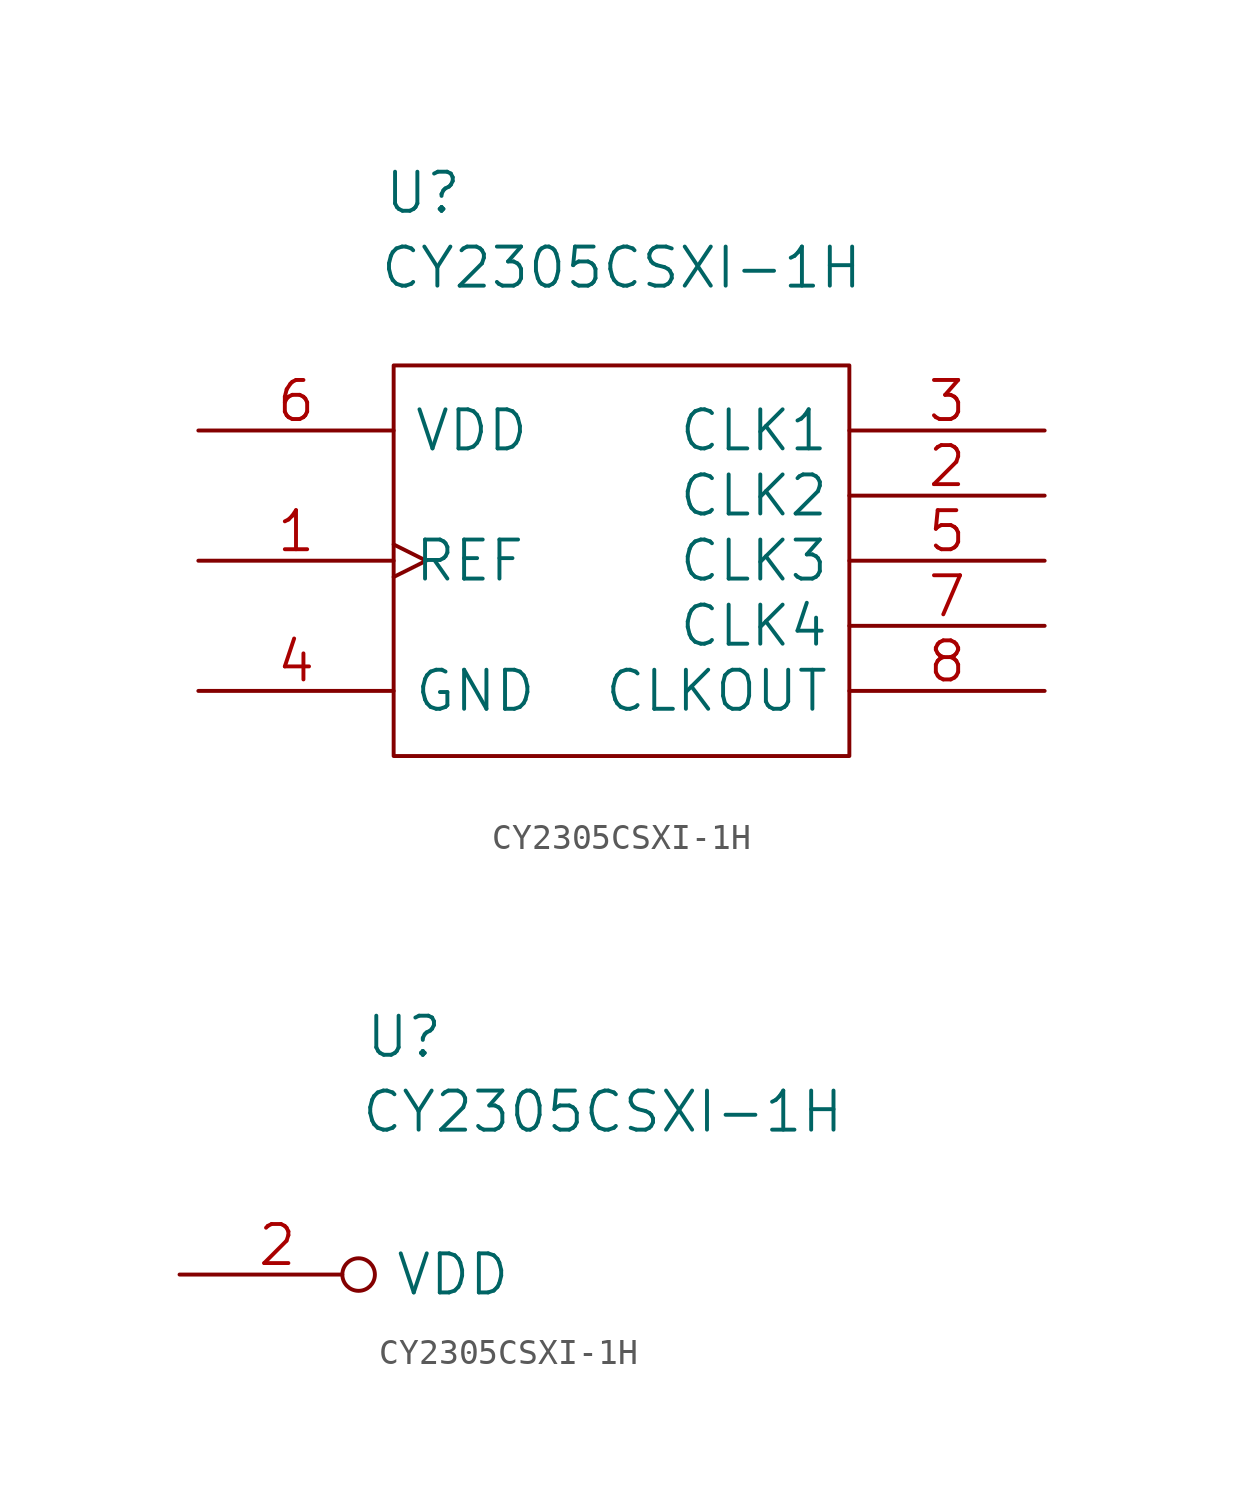
<source format=kicad_sym>
(kicad_symbol_lib
  (version 20211014)
  (generator kicad_symbol_editor)
  (symbol "CY2305CSXI-1H"
    (pin_names
      (offset 0.762))
    (property "Reference" "U"
      (at 8.763 9.271 0)
      (effects (font (size 1.524 1.524))))
    (property "Value" "CY2305CSXI-1H"
      (at 16.51 6.35 0)
      (effects (font (size 1.524 1.524))))
    (symbol "CY2305CSXI-1H_0_1"
      (rectangle (start 7.62 2.54) (end 25.4 -12.7) (stroke (width 0) (type default) (color 0 0 0 0)) (fill (type none))))
    (symbol "CY2305CSXI-1H_1_1"
      (pin input clock (at 0 -5.08 0) (length 7.62) (name "REF" (effects (font (size 1.524 1.524)))) (number "1" (effects (font (size 1.524 1.524)))))
      (pin output line (at 33.02 -2.54 180) (length 7.62) (name "CLK2" (effects (font (size 1.524 1.524)))) (number "2" (effects (font (size 1.524 1.524)))))
      (pin output line (at 33.02 0 180) (length 7.62) (name "CLK1" (effects (font (size 1.524 1.524)))) (number "3" (effects (font (size 1.524 1.524)))))
      (pin power_in line (at 0 -10.16 0) (length 7.62) (name "GND" (effects (font (size 1.524 1.524)))) (number "4" (effects (font (size 1.524 1.524)))))
      (pin output line (at 33.02 -5.08 180) (length 7.62) (name "CLK3" (effects (font (size 1.524 1.524)))) (number "5" (effects (font (size 1.524 1.524)))))
      (pin power_in line (at 0 0 0) (length 7.62) (name "VDD" (effects (font (size 1.524 1.524)))) (number "6" (effects (font (size 1.524 1.524)))))
      (pin output line (at 33.02 -7.62 180) (length 7.62) (name "CLK4" (effects (font (size 1.524 1.524)))) (number "7" (effects (font (size 1.524 1.524)))))
      (pin output line (at 33.02 -10.16 180) (length 7.62) (name "CLKOUT" (effects (font (size 1.524 1.524)))) (number "8" (effects (font (size 1.524 1.524))))))
    (symbol "CY2305CSXI-1H_1_2"
      (pin power_in inverted (at 0 0 0) (length 7.62) (name "VDD" (effects (font (size 1.524 1.524)))) (number "2" (effects (font (size 1.524 1.524))))))))
</source>
